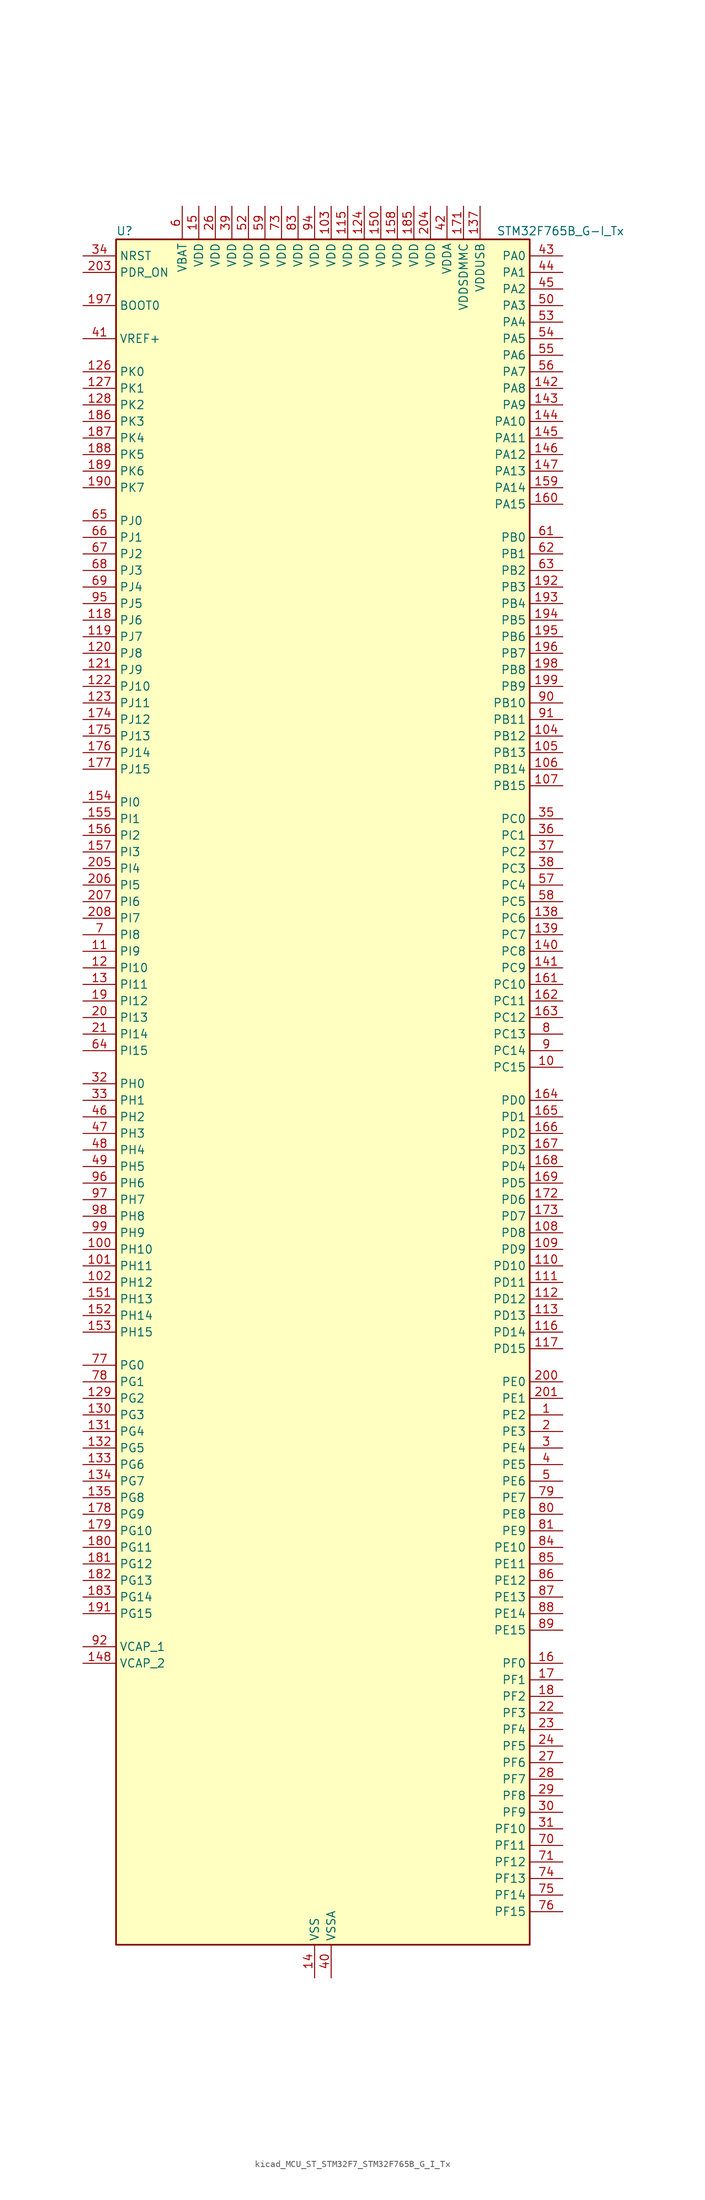
<source format=kicad_sym>
(kicad_symbol_lib
  (version 20220914)
  (generator kicad_symbol_editor)
  (symbol "kicad_MCU_ST_STM32F7_STM32F765B_G_I_Tx"
    (property "Reference" "U"
      (at -30.48 133.35 0)
      (effects (font (size 1.27 1.27)) (justify left)))
    (property "Value" "STM32F765B_G-I_Tx"
      (at 27.94 133.35 0)
      (effects (font (size 1.27 1.27)) (justify left)))
    (property "ki_locked" ""
      (at 0 0 0)
      (effects (font (size 1.27 1.27))))
    (symbol "kicad_MCU_ST_STM32F7_STM32F765B_G_I_Tx_0_1"
      (rectangle (start -30.48 -129.54) (end 33.02 132.08) (stroke (width 0.254) (type default)) (fill (type background))))
    (symbol "kicad_MCU_ST_STM32F7_STM32F765B_G_I_Tx_1_1"
      (pin bidirectional line (at 38.1 -48.26 180) (length 5.08) (name "PE2" (effects (font (size 1.27 1.27)))) (number "1" (effects (font (size 1.27 1.27)))) (alternate "ETH_TXD3" bidirectional line) (alternate "FMC_A23" bidirectional line) (alternate "QUADSPI_BK1_IO2" bidirectional line) (alternate "SAI1_MCLK_A" bidirectional line) (alternate "SPI4_SCK" bidirectional line) (alternate "SYS_TRACECLK" bidirectional line))
      (pin bidirectional line (at 38.1 5.08 180) (length 5.08) (name "PC15" (effects (font (size 1.27 1.27)))) (number "10" (effects (font (size 1.27 1.27)))) (alternate "RCC_OSC32_OUT" bidirectional line))
      (pin bidirectional line (at -35.56 -22.86 0) (length 5.08) (name "PH10" (effects (font (size 1.27 1.27)))) (number "100" (effects (font (size 1.27 1.27)))) (alternate "DCMI_D1" bidirectional line) (alternate "FMC_D18" bidirectional line) (alternate "I2C4_SMBA" bidirectional line) (alternate "TIM5_CH1" bidirectional line))
      (pin bidirectional line (at -35.56 -25.4 0) (length 5.08) (name "PH11" (effects (font (size 1.27 1.27)))) (number "101" (effects (font (size 1.27 1.27)))) (alternate "ADC1_EXTI11" bidirectional line) (alternate "ADC2_EXTI11" bidirectional line) (alternate "ADC3_EXTI11" bidirectional line) (alternate "DCMI_D2" bidirectional line) (alternate "FMC_D19" bidirectional line) (alternate "I2C4_SCL" bidirectional line) (alternate "TIM5_CH2" bidirectional line))
      (pin bidirectional line (at -35.56 -27.94 0) (length 5.08) (name "PH12" (effects (font (size 1.27 1.27)))) (number "102" (effects (font (size 1.27 1.27)))) (alternate "DCMI_D3" bidirectional line) (alternate "FMC_D20" bidirectional line) (alternate "I2C4_SDA" bidirectional line) (alternate "TIM5_CH3" bidirectional line))
      (pin power_in line (at 2.54 137.16 270) (length 5.08) (name "VDD" (effects (font (size 1.27 1.27)))) (number "103" (effects (font (size 1.27 1.27)))))
      (pin bidirectional line (at 38.1 55.88 180) (length 5.08) (name "PB12" (effects (font (size 1.27 1.27)))) (number "104" (effects (font (size 1.27 1.27)))) (alternate "CAN2_RX" bidirectional line) (alternate "DFSDM1_DATIN1" bidirectional line) (alternate "ETH_TXD0" bidirectional line) (alternate "I2C2_SMBA" bidirectional line) (alternate "I2S2_WS" bidirectional line) (alternate "SPI2_NSS" bidirectional line) (alternate "TIM1_BKIN" bidirectional line) (alternate "UART5_RX" bidirectional line) (alternate "USART3_CK" bidirectional line) (alternate "USB_OTG_HS_ID" bidirectional line) (alternate "USB_OTG_HS_ULPI_D5" bidirectional line))
      (pin bidirectional line (at 38.1 53.34 180) (length 5.08) (name "PB13" (effects (font (size 1.27 1.27)))) (number "105" (effects (font (size 1.27 1.27)))) (alternate "CAN2_TX" bidirectional line) (alternate "DFSDM1_CKIN1" bidirectional line) (alternate "ETH_TXD1" bidirectional line) (alternate "I2S2_CK" bidirectional line) (alternate "SPI2_SCK" bidirectional line) (alternate "TIM1_CH1N" bidirectional line) (alternate "UART5_TX" bidirectional line) (alternate "USART3_CTS" bidirectional line) (alternate "USB_OTG_HS_ULPI_D6" bidirectional line) (alternate "USB_OTG_HS_VBUS" bidirectional line))
      (pin bidirectional line (at 38.1 50.8 180) (length 5.08) (name "PB14" (effects (font (size 1.27 1.27)))) (number "106" (effects (font (size 1.27 1.27)))) (alternate "DFSDM1_DATIN2" bidirectional line) (alternate "SDMMC2_D0" bidirectional line) (alternate "SPI2_MISO" bidirectional line) (alternate "TIM12_CH1" bidirectional line) (alternate "TIM1_CH2N" bidirectional line) (alternate "TIM8_CH2N" bidirectional line) (alternate "UART4_DE" bidirectional line) (alternate "UART4_RTS" bidirectional line) (alternate "USART1_TX" bidirectional line) (alternate "USART3_DE" bidirectional line) (alternate "USART3_RTS" bidirectional line) (alternate "USB_OTG_HS_DM" bidirectional line))
      (pin bidirectional line (at 38.1 48.26 180) (length 5.08) (name "PB15" (effects (font (size 1.27 1.27)))) (number "107" (effects (font (size 1.27 1.27)))) (alternate "DFSDM1_CKIN2" bidirectional line) (alternate "I2S2_SD" bidirectional line) (alternate "RTC_REFIN" bidirectional line) (alternate "SDMMC2_D1" bidirectional line) (alternate "SPI2_MOSI" bidirectional line) (alternate "TIM12_CH2" bidirectional line) (alternate "TIM1_CH3N" bidirectional line) (alternate "TIM8_CH3N" bidirectional line) (alternate "UART4_CTS" bidirectional line) (alternate "USART1_RX" bidirectional line) (alternate "USB_OTG_HS_DP" bidirectional line))
      (pin bidirectional line (at 38.1 -20.32 180) (length 5.08) (name "PD8" (effects (font (size 1.27 1.27)))) (number "108" (effects (font (size 1.27 1.27)))) (alternate "DFSDM1_CKIN3" bidirectional line) (alternate "FMC_D13" bidirectional line) (alternate "FMC_DA13" bidirectional line) (alternate "SPDIFRX_IN1" bidirectional line) (alternate "USART3_TX" bidirectional line))
      (pin bidirectional line (at 38.1 -22.86 180) (length 5.08) (name "PD9" (effects (font (size 1.27 1.27)))) (number "109" (effects (font (size 1.27 1.27)))) (alternate "DAC_EXTI9" bidirectional line) (alternate "DFSDM1_DATIN3" bidirectional line) (alternate "FMC_D14" bidirectional line) (alternate "FMC_DA14" bidirectional line) (alternate "USART3_RX" bidirectional line))
      (pin bidirectional line (at -35.56 22.86 0) (length 5.08) (name "PI9" (effects (font (size 1.27 1.27)))) (number "11" (effects (font (size 1.27 1.27)))) (alternate "CAN1_RX" bidirectional line) (alternate "DAC_EXTI9" bidirectional line) (alternate "FMC_D30" bidirectional line) (alternate "UART4_RX" bidirectional line))
      (pin bidirectional line (at 38.1 -25.4 180) (length 5.08) (name "PD10" (effects (font (size 1.27 1.27)))) (number "110" (effects (font (size 1.27 1.27)))) (alternate "DFSDM1_CKOUT" bidirectional line) (alternate "FMC_D15" bidirectional line) (alternate "FMC_DA15" bidirectional line) (alternate "USART3_CK" bidirectional line))
      (pin bidirectional line (at 38.1 -27.94 180) (length 5.08) (name "PD11" (effects (font (size 1.27 1.27)))) (number "111" (effects (font (size 1.27 1.27)))) (alternate "ADC1_EXTI11" bidirectional line) (alternate "ADC2_EXTI11" bidirectional line) (alternate "ADC3_EXTI11" bidirectional line) (alternate "FMC_A16" bidirectional line) (alternate "FMC_CLE" bidirectional line) (alternate "I2C4_SMBA" bidirectional line) (alternate "QUADSPI_BK1_IO0" bidirectional line) (alternate "SAI2_SD_A" bidirectional line) (alternate "USART3_CTS" bidirectional line))
      (pin bidirectional line (at 38.1 -30.48 180) (length 5.08) (name "PD12" (effects (font (size 1.27 1.27)))) (number "112" (effects (font (size 1.27 1.27)))) (alternate "FMC_A17" bidirectional line) (alternate "FMC_ALE" bidirectional line) (alternate "I2C4_SCL" bidirectional line) (alternate "LPTIM1_IN1" bidirectional line) (alternate "QUADSPI_BK1_IO1" bidirectional line) (alternate "SAI2_FS_A" bidirectional line) (alternate "TIM4_CH1" bidirectional line) (alternate "USART3_DE" bidirectional line) (alternate "USART3_RTS" bidirectional line))
      (pin bidirectional line (at 38.1 -33.02 180) (length 5.08) (name "PD13" (effects (font (size 1.27 1.27)))) (number "113" (effects (font (size 1.27 1.27)))) (alternate "FMC_A18" bidirectional line) (alternate "I2C4_SDA" bidirectional line) (alternate "LPTIM1_OUT" bidirectional line) (alternate "QUADSPI_BK1_IO3" bidirectional line) (alternate "SAI2_SCK_A" bidirectional line) (alternate "TIM4_CH2" bidirectional line))
      (pin passive line (at 0 -134.62 90) (length 5.08) hide (name "VSS" (effects (font (size 1.27 1.27)))) (number "114" (effects (font (size 1.27 1.27)))))
      (pin power_in line (at 5.08 137.16 270) (length 5.08) (name "VDD" (effects (font (size 1.27 1.27)))) (number "115" (effects (font (size 1.27 1.27)))))
      (pin bidirectional line (at 38.1 -35.56 180) (length 5.08) (name "PD14" (effects (font (size 1.27 1.27)))) (number "116" (effects (font (size 1.27 1.27)))) (alternate "FMC_D0" bidirectional line) (alternate "FMC_DA0" bidirectional line) (alternate "TIM4_CH3" bidirectional line) (alternate "UART8_CTS" bidirectional line))
      (pin bidirectional line (at 38.1 -38.1 180) (length 5.08) (name "PD15" (effects (font (size 1.27 1.27)))) (number "117" (effects (font (size 1.27 1.27)))) (alternate "FMC_D1" bidirectional line) (alternate "FMC_DA1" bidirectional line) (alternate "TIM4_CH4" bidirectional line) (alternate "UART8_DE" bidirectional line) (alternate "UART8_RTS" bidirectional line))
      (pin bidirectional line (at -35.56 73.66 0) (length 5.08) (name "PJ6" (effects (font (size 1.27 1.27)))) (number "118" (effects (font (size 1.27 1.27)))))
      (pin bidirectional line (at -35.56 71.12 0) (length 5.08) (name "PJ7" (effects (font (size 1.27 1.27)))) (number "119" (effects (font (size 1.27 1.27)))))
      (pin bidirectional line (at -35.56 20.32 0) (length 5.08) (name "PI10" (effects (font (size 1.27 1.27)))) (number "12" (effects (font (size 1.27 1.27)))) (alternate "ETH_RX_ER" bidirectional line) (alternate "FMC_D31" bidirectional line))
      (pin bidirectional line (at -35.56 68.58 0) (length 5.08) (name "PJ8" (effects (font (size 1.27 1.27)))) (number "120" (effects (font (size 1.27 1.27)))))
      (pin bidirectional line (at -35.56 66.04 0) (length 5.08) (name "PJ9" (effects (font (size 1.27 1.27)))) (number "121" (effects (font (size 1.27 1.27)))) (alternate "DAC_EXTI9" bidirectional line))
      (pin bidirectional line (at -35.56 63.5 0) (length 5.08) (name "PJ10" (effects (font (size 1.27 1.27)))) (number "122" (effects (font (size 1.27 1.27)))))
      (pin bidirectional line (at -35.56 60.96 0) (length 5.08) (name "PJ11" (effects (font (size 1.27 1.27)))) (number "123" (effects (font (size 1.27 1.27)))) (alternate "ADC1_EXTI11" bidirectional line) (alternate "ADC2_EXTI11" bidirectional line) (alternate "ADC3_EXTI11" bidirectional line))
      (pin power_in line (at 7.62 137.16 270) (length 5.08) (name "VDD" (effects (font (size 1.27 1.27)))) (number "124" (effects (font (size 1.27 1.27)))))
      (pin passive line (at 0 -134.62 90) (length 5.08) hide (name "VSS" (effects (font (size 1.27 1.27)))) (number "125" (effects (font (size 1.27 1.27)))))
      (pin bidirectional line (at -35.56 111.76 0) (length 5.08) (name "PK0" (effects (font (size 1.27 1.27)))) (number "126" (effects (font (size 1.27 1.27)))))
      (pin bidirectional line (at -35.56 109.22 0) (length 5.08) (name "PK1" (effects (font (size 1.27 1.27)))) (number "127" (effects (font (size 1.27 1.27)))))
      (pin bidirectional line (at -35.56 106.68 0) (length 5.08) (name "PK2" (effects (font (size 1.27 1.27)))) (number "128" (effects (font (size 1.27 1.27)))))
      (pin bidirectional line (at -35.56 -45.72 0) (length 5.08) (name "PG2" (effects (font (size 1.27 1.27)))) (number "129" (effects (font (size 1.27 1.27)))) (alternate "FMC_A12" bidirectional line))
      (pin bidirectional line (at -35.56 17.78 0) (length 5.08) (name "PI11" (effects (font (size 1.27 1.27)))) (number "13" (effects (font (size 1.27 1.27)))) (alternate "ADC1_EXTI11" bidirectional line) (alternate "ADC2_EXTI11" bidirectional line) (alternate "ADC3_EXTI11" bidirectional line) (alternate "SYS_WKUP6" bidirectional line) (alternate "USB_OTG_HS_ULPI_DIR" bidirectional line))
      (pin bidirectional line (at -35.56 -48.26 0) (length 5.08) (name "PG3" (effects (font (size 1.27 1.27)))) (number "130" (effects (font (size 1.27 1.27)))) (alternate "FMC_A13" bidirectional line))
      (pin bidirectional line (at -35.56 -50.8 0) (length 5.08) (name "PG4" (effects (font (size 1.27 1.27)))) (number "131" (effects (font (size 1.27 1.27)))) (alternate "FMC_A14" bidirectional line) (alternate "FMC_BA0" bidirectional line))
      (pin bidirectional line (at -35.56 -53.34 0) (length 5.08) (name "PG5" (effects (font (size 1.27 1.27)))) (number "132" (effects (font (size 1.27 1.27)))) (alternate "FMC_A15" bidirectional line) (alternate "FMC_BA1" bidirectional line))
      (pin bidirectional line (at -35.56 -55.88 0) (length 5.08) (name "PG6" (effects (font (size 1.27 1.27)))) (number "133" (effects (font (size 1.27 1.27)))) (alternate "DCMI_D12" bidirectional line) (alternate "FMC_NE3" bidirectional line))
      (pin bidirectional line (at -35.56 -58.42 0) (length 5.08) (name "PG7" (effects (font (size 1.27 1.27)))) (number "134" (effects (font (size 1.27 1.27)))) (alternate "DCMI_D13" bidirectional line) (alternate "FMC_INT" bidirectional line) (alternate "SAI1_MCLK_A" bidirectional line) (alternate "USART6_CK" bidirectional line))
      (pin bidirectional line (at -35.56 -60.96 0) (length 5.08) (name "PG8" (effects (font (size 1.27 1.27)))) (number "135" (effects (font (size 1.27 1.27)))) (alternate "ETH_PPS_OUT" bidirectional line) (alternate "FMC_SDCLK" bidirectional line) (alternate "SPDIFRX_IN2" bidirectional line) (alternate "SPI6_NSS" bidirectional line) (alternate "USART6_DE" bidirectional line) (alternate "USART6_RTS" bidirectional line))
      (pin passive line (at 0 -134.62 90) (length 5.08) hide (name "VSS" (effects (font (size 1.27 1.27)))) (number "136" (effects (font (size 1.27 1.27)))))
      (pin power_in line (at 25.4 137.16 270) (length 5.08) (name "VDDUSB" (effects (font (size 1.27 1.27)))) (number "137" (effects (font (size 1.27 1.27)))))
      (pin bidirectional line (at 38.1 27.94 180) (length 5.08) (name "PC6" (effects (font (size 1.27 1.27)))) (number "138" (effects (font (size 1.27 1.27)))) (alternate "DCMI_D0" bidirectional line) (alternate "DFSDM1_CKIN3" bidirectional line) (alternate "FMC_NWAIT" bidirectional line) (alternate "I2S2_MCK" bidirectional line) (alternate "SDMMC1_D6" bidirectional line) (alternate "SDMMC2_D6" bidirectional line) (alternate "TIM3_CH1" bidirectional line) (alternate "TIM8_CH1" bidirectional line) (alternate "USART6_TX" bidirectional line))
      (pin bidirectional line (at 38.1 25.4 180) (length 5.08) (name "PC7" (effects (font (size 1.27 1.27)))) (number "139" (effects (font (size 1.27 1.27)))) (alternate "DCMI_D1" bidirectional line) (alternate "DFSDM1_DATIN3" bidirectional line) (alternate "FMC_NE1" bidirectional line) (alternate "I2S3_MCK" bidirectional line) (alternate "SDMMC1_D7" bidirectional line) (alternate "SDMMC2_D7" bidirectional line) (alternate "TIM3_CH2" bidirectional line) (alternate "TIM8_CH2" bidirectional line) (alternate "USART6_RX" bidirectional line))
      (pin power_in line (at 0 -134.62 90) (length 5.08) (name "VSS" (effects (font (size 1.27 1.27)))) (number "14" (effects (font (size 1.27 1.27)))))
      (pin bidirectional line (at 38.1 22.86 180) (length 5.08) (name "PC8" (effects (font (size 1.27 1.27)))) (number "140" (effects (font (size 1.27 1.27)))) (alternate "DCMI_D2" bidirectional line) (alternate "FMC_NCE" bidirectional line) (alternate "FMC_NE2" bidirectional line) (alternate "SDMMC1_D0" bidirectional line) (alternate "SYS_TRACED1" bidirectional line) (alternate "TIM3_CH3" bidirectional line) (alternate "TIM8_CH3" bidirectional line) (alternate "UART5_DE" bidirectional line) (alternate "UART5_RTS" bidirectional line) (alternate "USART6_CK" bidirectional line))
      (pin bidirectional line (at 38.1 20.32 180) (length 5.08) (name "PC9" (effects (font (size 1.27 1.27)))) (number "141" (effects (font (size 1.27 1.27)))) (alternate "DAC_EXTI9" bidirectional line) (alternate "DCMI_D3" bidirectional line) (alternate "I2C3_SDA" bidirectional line) (alternate "I2S_CKIN" bidirectional line) (alternate "QUADSPI_BK1_IO0" bidirectional line) (alternate "RCC_MCO_2" bidirectional line) (alternate "SDMMC1_D1" bidirectional line) (alternate "TIM3_CH4" bidirectional line) (alternate "TIM8_CH4" bidirectional line) (alternate "UART5_CTS" bidirectional line))
      (pin bidirectional line (at 38.1 109.22 180) (length 5.08) (name "PA8" (effects (font (size 1.27 1.27)))) (number "142" (effects (font (size 1.27 1.27)))) (alternate "CAN3_RX" bidirectional line) (alternate "I2C3_SCL" bidirectional line) (alternate "RCC_MCO_1" bidirectional line) (alternate "TIM1_CH1" bidirectional line) (alternate "TIM8_BKIN2" bidirectional line) (alternate "UART7_RX" bidirectional line) (alternate "USART1_CK" bidirectional line) (alternate "USB_OTG_FS_SOF" bidirectional line))
      (pin bidirectional line (at 38.1 106.68 180) (length 5.08) (name "PA9" (effects (font (size 1.27 1.27)))) (number "143" (effects (font (size 1.27 1.27)))) (alternate "DAC_EXTI9" bidirectional line) (alternate "DCMI_D0" bidirectional line) (alternate "I2C3_SMBA" bidirectional line) (alternate "I2S2_CK" bidirectional line) (alternate "SPI2_SCK" bidirectional line) (alternate "TIM1_CH2" bidirectional line) (alternate "USART1_TX" bidirectional line) (alternate "USB_OTG_FS_VBUS" bidirectional line))
      (pin bidirectional line (at 38.1 104.14 180) (length 5.08) (name "PA10" (effects (font (size 1.27 1.27)))) (number "144" (effects (font (size 1.27 1.27)))) (alternate "DCMI_D1" bidirectional line) (alternate "MDIOS_MDIO" bidirectional line) (alternate "TIM1_CH3" bidirectional line) (alternate "USART1_RX" bidirectional line) (alternate "USB_OTG_FS_ID" bidirectional line))
      (pin bidirectional line (at 38.1 101.6 180) (length 5.08) (name "PA11" (effects (font (size 1.27 1.27)))) (number "145" (effects (font (size 1.27 1.27)))) (alternate "ADC1_EXTI11" bidirectional line) (alternate "ADC2_EXTI11" bidirectional line) (alternate "ADC3_EXTI11" bidirectional line) (alternate "CAN1_RX" bidirectional line) (alternate "I2S2_WS" bidirectional line) (alternate "SPI2_NSS" bidirectional line) (alternate "TIM1_CH4" bidirectional line) (alternate "UART4_RX" bidirectional line) (alternate "USART1_CTS" bidirectional line) (alternate "USB_OTG_FS_DM" bidirectional line))
      (pin bidirectional line (at 38.1 99.06 180) (length 5.08) (name "PA12" (effects (font (size 1.27 1.27)))) (number "146" (effects (font (size 1.27 1.27)))) (alternate "CAN1_TX" bidirectional line) (alternate "I2S2_CK" bidirectional line) (alternate "SAI2_FS_B" bidirectional line) (alternate "SPI2_SCK" bidirectional line) (alternate "TIM1_ETR" bidirectional line) (alternate "UART4_TX" bidirectional line) (alternate "USART1_DE" bidirectional line) (alternate "USART1_RTS" bidirectional line) (alternate "USB_OTG_FS_DP" bidirectional line))
      (pin bidirectional line (at 38.1 96.52 180) (length 5.08) (name "PA13" (effects (font (size 1.27 1.27)))) (number "147" (effects (font (size 1.27 1.27)))) (alternate "SYS_JTMS-SWDIO" bidirectional line))
      (pin power_out line (at -35.56 -86.36 0) (length 5.08) (name "VCAP_2" (effects (font (size 1.27 1.27)))) (number "148" (effects (font (size 1.27 1.27)))))
      (pin passive line (at 0 -134.62 90) (length 5.08) hide (name "VSS" (effects (font (size 1.27 1.27)))) (number "149" (effects (font (size 1.27 1.27)))))
      (pin power_in line (at -17.78 137.16 270) (length 5.08) (name "VDD" (effects (font (size 1.27 1.27)))) (number "15" (effects (font (size 1.27 1.27)))))
      (pin power_in line (at 10.16 137.16 270) (length 5.08) (name "VDD" (effects (font (size 1.27 1.27)))) (number "150" (effects (font (size 1.27 1.27)))))
      (pin bidirectional line (at -35.56 -30.48 0) (length 5.08) (name "PH13" (effects (font (size 1.27 1.27)))) (number "151" (effects (font (size 1.27 1.27)))) (alternate "CAN1_TX" bidirectional line) (alternate "FMC_D21" bidirectional line) (alternate "TIM8_CH1N" bidirectional line) (alternate "UART4_TX" bidirectional line))
      (pin bidirectional line (at -35.56 -33.02 0) (length 5.08) (name "PH14" (effects (font (size 1.27 1.27)))) (number "152" (effects (font (size 1.27 1.27)))) (alternate "CAN1_RX" bidirectional line) (alternate "DCMI_D4" bidirectional line) (alternate "FMC_D22" bidirectional line) (alternate "TIM8_CH2N" bidirectional line) (alternate "UART4_RX" bidirectional line))
      (pin bidirectional line (at -35.56 -35.56 0) (length 5.08) (name "PH15" (effects (font (size 1.27 1.27)))) (number "153" (effects (font (size 1.27 1.27)))) (alternate "DCMI_D11" bidirectional line) (alternate "FMC_D23" bidirectional line) (alternate "TIM8_CH3N" bidirectional line))
      (pin bidirectional line (at -35.56 45.72 0) (length 5.08) (name "PI0" (effects (font (size 1.27 1.27)))) (number "154" (effects (font (size 1.27 1.27)))) (alternate "DCMI_D13" bidirectional line) (alternate "FMC_D24" bidirectional line) (alternate "I2S2_WS" bidirectional line) (alternate "SPI2_NSS" bidirectional line) (alternate "TIM5_CH4" bidirectional line))
      (pin bidirectional line (at -35.56 43.18 0) (length 5.08) (name "PI1" (effects (font (size 1.27 1.27)))) (number "155" (effects (font (size 1.27 1.27)))) (alternate "DCMI_D8" bidirectional line) (alternate "FMC_D25" bidirectional line) (alternate "I2S2_CK" bidirectional line) (alternate "SPI2_SCK" bidirectional line) (alternate "TIM8_BKIN2" bidirectional line))
      (pin bidirectional line (at -35.56 40.64 0) (length 5.08) (name "PI2" (effects (font (size 1.27 1.27)))) (number "156" (effects (font (size 1.27 1.27)))) (alternate "DCMI_D9" bidirectional line) (alternate "FMC_D26" bidirectional line) (alternate "SPI2_MISO" bidirectional line) (alternate "TIM8_CH4" bidirectional line))
      (pin bidirectional line (at -35.56 38.1 0) (length 5.08) (name "PI3" (effects (font (size 1.27 1.27)))) (number "157" (effects (font (size 1.27 1.27)))) (alternate "DCMI_D10" bidirectional line) (alternate "FMC_D27" bidirectional line) (alternate "I2S2_SD" bidirectional line) (alternate "SPI2_MOSI" bidirectional line) (alternate "TIM8_ETR" bidirectional line))
      (pin power_in line (at 12.7 137.16 270) (length 5.08) (name "VDD" (effects (font (size 1.27 1.27)))) (number "158" (effects (font (size 1.27 1.27)))))
      (pin bidirectional line (at 38.1 93.98 180) (length 5.08) (name "PA14" (effects (font (size 1.27 1.27)))) (number "159" (effects (font (size 1.27 1.27)))) (alternate "SYS_JTCK-SWCLK" bidirectional line))
      (pin bidirectional line (at 38.1 -86.36 180) (length 5.08) (name "PF0" (effects (font (size 1.27 1.27)))) (number "16" (effects (font (size 1.27 1.27)))) (alternate "FMC_A0" bidirectional line) (alternate "I2C2_SDA" bidirectional line))
      (pin bidirectional line (at 38.1 91.44 180) (length 5.08) (name "PA15" (effects (font (size 1.27 1.27)))) (number "160" (effects (font (size 1.27 1.27)))) (alternate "CAN3_TX" bidirectional line) (alternate "CEC" bidirectional line) (alternate "I2S1_WS" bidirectional line) (alternate "I2S3_WS" bidirectional line) (alternate "SPI1_NSS" bidirectional line) (alternate "SPI3_NSS" bidirectional line) (alternate "SPI6_NSS" bidirectional line) (alternate "SYS_JTDI" bidirectional line) (alternate "TIM2_CH1" bidirectional line) (alternate "TIM2_ETR" bidirectional line) (alternate "UART4_DE" bidirectional line) (alternate "UART4_RTS" bidirectional line) (alternate "UART7_TX" bidirectional line))
      (pin bidirectional line (at 38.1 17.78 180) (length 5.08) (name "PC10" (effects (font (size 1.27 1.27)))) (number "161" (effects (font (size 1.27 1.27)))) (alternate "DCMI_D8" bidirectional line) (alternate "DFSDM1_CKIN5" bidirectional line) (alternate "I2S3_CK" bidirectional line) (alternate "QUADSPI_BK1_IO1" bidirectional line) (alternate "SDMMC1_D2" bidirectional line) (alternate "SPI3_SCK" bidirectional line) (alternate "UART4_TX" bidirectional line) (alternate "USART3_TX" bidirectional line))
      (pin bidirectional line (at 38.1 15.24 180) (length 5.08) (name "PC11" (effects (font (size 1.27 1.27)))) (number "162" (effects (font (size 1.27 1.27)))) (alternate "ADC1_EXTI11" bidirectional line) (alternate "ADC2_EXTI11" bidirectional line) (alternate "ADC3_EXTI11" bidirectional line) (alternate "DCMI_D4" bidirectional line) (alternate "DFSDM1_DATIN5" bidirectional line) (alternate "QUADSPI_BK2_NCS" bidirectional line) (alternate "SDMMC1_D3" bidirectional line) (alternate "SPI3_MISO" bidirectional line) (alternate "UART4_RX" bidirectional line) (alternate "USART3_RX" bidirectional line))
      (pin bidirectional line (at 38.1 12.7 180) (length 5.08) (name "PC12" (effects (font (size 1.27 1.27)))) (number "163" (effects (font (size 1.27 1.27)))) (alternate "DCMI_D9" bidirectional line) (alternate "I2S3_SD" bidirectional line) (alternate "SDMMC1_CK" bidirectional line) (alternate "SPI3_MOSI" bidirectional line) (alternate "SYS_TRACED3" bidirectional line) (alternate "UART5_TX" bidirectional line) (alternate "USART3_CK" bidirectional line))
      (pin bidirectional line (at 38.1 0 180) (length 5.08) (name "PD0" (effects (font (size 1.27 1.27)))) (number "164" (effects (font (size 1.27 1.27)))) (alternate "CAN1_RX" bidirectional line) (alternate "DFSDM1_CKIN6" bidirectional line) (alternate "DFSDM1_DATIN7" bidirectional line) (alternate "FMC_D2" bidirectional line) (alternate "FMC_DA2" bidirectional line) (alternate "UART4_RX" bidirectional line))
      (pin bidirectional line (at 38.1 -2.54 180) (length 5.08) (name "PD1" (effects (font (size 1.27 1.27)))) (number "165" (effects (font (size 1.27 1.27)))) (alternate "CAN1_TX" bidirectional line) (alternate "DFSDM1_CKIN7" bidirectional line) (alternate "DFSDM1_DATIN6" bidirectional line) (alternate "FMC_D3" bidirectional line) (alternate "FMC_DA3" bidirectional line) (alternate "UART4_TX" bidirectional line))
      (pin bidirectional line (at 38.1 -5.08 180) (length 5.08) (name "PD2" (effects (font (size 1.27 1.27)))) (number "166" (effects (font (size 1.27 1.27)))) (alternate "DCMI_D11" bidirectional line) (alternate "SDMMC1_CMD" bidirectional line) (alternate "SYS_TRACED2" bidirectional line) (alternate "TIM3_ETR" bidirectional line) (alternate "UART5_RX" bidirectional line))
      (pin bidirectional line (at 38.1 -7.62 180) (length 5.08) (name "PD3" (effects (font (size 1.27 1.27)))) (number "167" (effects (font (size 1.27 1.27)))) (alternate "DCMI_D5" bidirectional line) (alternate "DFSDM1_CKOUT" bidirectional line) (alternate "DFSDM1_DATIN0" bidirectional line) (alternate "FMC_CLK" bidirectional line) (alternate "I2S2_CK" bidirectional line) (alternate "SPI2_SCK" bidirectional line) (alternate "USART2_CTS" bidirectional line))
      (pin bidirectional line (at 38.1 -10.16 180) (length 5.08) (name "PD4" (effects (font (size 1.27 1.27)))) (number "168" (effects (font (size 1.27 1.27)))) (alternate "DFSDM1_CKIN0" bidirectional line) (alternate "FMC_NOE" bidirectional line) (alternate "USART2_DE" bidirectional line) (alternate "USART2_RTS" bidirectional line))
      (pin bidirectional line (at 38.1 -12.7 180) (length 5.08) (name "PD5" (effects (font (size 1.27 1.27)))) (number "169" (effects (font (size 1.27 1.27)))) (alternate "FMC_NWE" bidirectional line) (alternate "USART2_TX" bidirectional line))
      (pin bidirectional line (at 38.1 -88.9 180) (length 5.08) (name "PF1" (effects (font (size 1.27 1.27)))) (number "17" (effects (font (size 1.27 1.27)))) (alternate "FMC_A1" bidirectional line) (alternate "I2C2_SCL" bidirectional line))
      (pin passive line (at 0 -134.62 90) (length 5.08) hide (name "VSS" (effects (font (size 1.27 1.27)))) (number "170" (effects (font (size 1.27 1.27)))))
      (pin power_in line (at 22.86 137.16 270) (length 5.08) (name "VDDSDMMC" (effects (font (size 1.27 1.27)))) (number "171" (effects (font (size 1.27 1.27)))))
      (pin bidirectional line (at 38.1 -15.24 180) (length 5.08) (name "PD6" (effects (font (size 1.27 1.27)))) (number "172" (effects (font (size 1.27 1.27)))) (alternate "DCMI_D10" bidirectional line) (alternate "DFSDM1_CKIN4" bidirectional line) (alternate "DFSDM1_DATIN1" bidirectional line) (alternate "FMC_NWAIT" bidirectional line) (alternate "I2S3_SD" bidirectional line) (alternate "SAI1_SD_A" bidirectional line) (alternate "SDMMC2_CK" bidirectional line) (alternate "SPI3_MOSI" bidirectional line) (alternate "USART2_RX" bidirectional line))
      (pin bidirectional line (at 38.1 -17.78 180) (length 5.08) (name "PD7" (effects (font (size 1.27 1.27)))) (number "173" (effects (font (size 1.27 1.27)))) (alternate "DFSDM1_CKIN1" bidirectional line) (alternate "DFSDM1_DATIN4" bidirectional line) (alternate "FMC_NE1" bidirectional line) (alternate "I2S1_SD" bidirectional line) (alternate "SDMMC2_CMD" bidirectional line) (alternate "SPDIFRX_IN0" bidirectional line) (alternate "SPI1_MOSI" bidirectional line) (alternate "USART2_CK" bidirectional line))
      (pin bidirectional line (at -35.56 58.42 0) (length 5.08) (name "PJ12" (effects (font (size 1.27 1.27)))) (number "174" (effects (font (size 1.27 1.27)))))
      (pin bidirectional line (at -35.56 55.88 0) (length 5.08) (name "PJ13" (effects (font (size 1.27 1.27)))) (number "175" (effects (font (size 1.27 1.27)))))
      (pin bidirectional line (at -35.56 53.34 0) (length 5.08) (name "PJ14" (effects (font (size 1.27 1.27)))) (number "176" (effects (font (size 1.27 1.27)))))
      (pin bidirectional line (at -35.56 50.8 0) (length 5.08) (name "PJ15" (effects (font (size 1.27 1.27)))) (number "177" (effects (font (size 1.27 1.27)))))
      (pin bidirectional line (at -35.56 -63.5 0) (length 5.08) (name "PG9" (effects (font (size 1.27 1.27)))) (number "178" (effects (font (size 1.27 1.27)))) (alternate "DAC_EXTI9" bidirectional line) (alternate "DCMI_VSYNC" bidirectional line) (alternate "FMC_NCE" bidirectional line) (alternate "FMC_NE2" bidirectional line) (alternate "QUADSPI_BK2_IO2" bidirectional line) (alternate "SAI2_FS_B" bidirectional line) (alternate "SDMMC2_D0" bidirectional line) (alternate "SPDIFRX_IN3" bidirectional line) (alternate "SPI1_MISO" bidirectional line) (alternate "USART6_RX" bidirectional line))
      (pin bidirectional line (at -35.56 -66.04 0) (length 5.08) (name "PG10" (effects (font (size 1.27 1.27)))) (number "179" (effects (font (size 1.27 1.27)))) (alternate "DCMI_D2" bidirectional line) (alternate "FMC_NE3" bidirectional line) (alternate "I2S1_WS" bidirectional line) (alternate "SAI2_SD_B" bidirectional line) (alternate "SDMMC2_D1" bidirectional line) (alternate "SPI1_NSS" bidirectional line))
      (pin bidirectional line (at 38.1 -91.44 180) (length 5.08) (name "PF2" (effects (font (size 1.27 1.27)))) (number "18" (effects (font (size 1.27 1.27)))) (alternate "FMC_A2" bidirectional line) (alternate "I2C2_SMBA" bidirectional line))
      (pin bidirectional line (at -35.56 -68.58 0) (length 5.08) (name "PG11" (effects (font (size 1.27 1.27)))) (number "180" (effects (font (size 1.27 1.27)))) (alternate "ADC1_EXTI11" bidirectional line) (alternate "ADC2_EXTI11" bidirectional line) (alternate "ADC3_EXTI11" bidirectional line) (alternate "DCMI_D3" bidirectional line) (alternate "ETH_TX_EN" bidirectional line) (alternate "I2S1_CK" bidirectional line) (alternate "SDMMC2_D2" bidirectional line) (alternate "SPDIFRX_IN0" bidirectional line) (alternate "SPI1_SCK" bidirectional line))
      (pin bidirectional line (at -35.56 -71.12 0) (length 5.08) (name "PG12" (effects (font (size 1.27 1.27)))) (number "181" (effects (font (size 1.27 1.27)))) (alternate "FMC_NE4" bidirectional line) (alternate "LPTIM1_IN1" bidirectional line) (alternate "SDMMC2_D3" bidirectional line) (alternate "SPDIFRX_IN1" bidirectional line) (alternate "SPI6_MISO" bidirectional line) (alternate "USART6_DE" bidirectional line) (alternate "USART6_RTS" bidirectional line))
      (pin bidirectional line (at -35.56 -73.66 0) (length 5.08) (name "PG13" (effects (font (size 1.27 1.27)))) (number "182" (effects (font (size 1.27 1.27)))) (alternate "ETH_TXD0" bidirectional line) (alternate "FMC_A24" bidirectional line) (alternate "LPTIM1_OUT" bidirectional line) (alternate "SPI6_SCK" bidirectional line) (alternate "SYS_TRACED0" bidirectional line) (alternate "USART6_CTS" bidirectional line))
      (pin bidirectional line (at -35.56 -76.2 0) (length 5.08) (name "PG14" (effects (font (size 1.27 1.27)))) (number "183" (effects (font (size 1.27 1.27)))) (alternate "ETH_TXD1" bidirectional line) (alternate "FMC_A25" bidirectional line) (alternate "LPTIM1_ETR" bidirectional line) (alternate "QUADSPI_BK2_IO3" bidirectional line) (alternate "SPI6_MOSI" bidirectional line) (alternate "SYS_TRACED1" bidirectional line) (alternate "USART6_TX" bidirectional line))
      (pin passive line (at 0 -134.62 90) (length 5.08) hide (name "VSS" (effects (font (size 1.27 1.27)))) (number "184" (effects (font (size 1.27 1.27)))))
      (pin power_in line (at 15.24 137.16 270) (length 5.08) (name "VDD" (effects (font (size 1.27 1.27)))) (number "185" (effects (font (size 1.27 1.27)))))
      (pin bidirectional line (at -35.56 104.14 0) (length 5.08) (name "PK3" (effects (font (size 1.27 1.27)))) (number "186" (effects (font (size 1.27 1.27)))))
      (pin bidirectional line (at -35.56 101.6 0) (length 5.08) (name "PK4" (effects (font (size 1.27 1.27)))) (number "187" (effects (font (size 1.27 1.27)))))
      (pin bidirectional line (at -35.56 99.06 0) (length 5.08) (name "PK5" (effects (font (size 1.27 1.27)))) (number "188" (effects (font (size 1.27 1.27)))))
      (pin bidirectional line (at -35.56 96.52 0) (length 5.08) (name "PK6" (effects (font (size 1.27 1.27)))) (number "189" (effects (font (size 1.27 1.27)))))
      (pin bidirectional line (at -35.56 15.24 0) (length 5.08) (name "PI12" (effects (font (size 1.27 1.27)))) (number "19" (effects (font (size 1.27 1.27)))))
      (pin bidirectional line (at -35.56 93.98 0) (length 5.08) (name "PK7" (effects (font (size 1.27 1.27)))) (number "190" (effects (font (size 1.27 1.27)))))
      (pin bidirectional line (at -35.56 -78.74 0) (length 5.08) (name "PG15" (effects (font (size 1.27 1.27)))) (number "191" (effects (font (size 1.27 1.27)))) (alternate "DCMI_D13" bidirectional line) (alternate "FMC_SDNCAS" bidirectional line) (alternate "USART6_CTS" bidirectional line))
      (pin bidirectional line (at 38.1 78.74 180) (length 5.08) (name "PB3" (effects (font (size 1.27 1.27)))) (number "192" (effects (font (size 1.27 1.27)))) (alternate "CAN3_RX" bidirectional line) (alternate "I2S1_CK" bidirectional line) (alternate "I2S3_CK" bidirectional line) (alternate "SDMMC2_D2" bidirectional line) (alternate "SPI1_SCK" bidirectional line) (alternate "SPI3_SCK" bidirectional line) (alternate "SPI6_SCK" bidirectional line) (alternate "SYS_JTDO-SWO" bidirectional line) (alternate "TIM2_CH2" bidirectional line) (alternate "UART7_RX" bidirectional line))
      (pin bidirectional line (at 38.1 76.2 180) (length 5.08) (name "PB4" (effects (font (size 1.27 1.27)))) (number "193" (effects (font (size 1.27 1.27)))) (alternate "CAN3_TX" bidirectional line) (alternate "I2S2_WS" bidirectional line) (alternate "SDMMC2_D3" bidirectional line) (alternate "SPI1_MISO" bidirectional line) (alternate "SPI2_NSS" bidirectional line) (alternate "SPI3_MISO" bidirectional line) (alternate "SPI6_MISO" bidirectional line) (alternate "SYS_JTRST" bidirectional line) (alternate "TIM3_CH1" bidirectional line) (alternate "UART7_TX" bidirectional line))
      (pin bidirectional line (at 38.1 73.66 180) (length 5.08) (name "PB5" (effects (font (size 1.27 1.27)))) (number "194" (effects (font (size 1.27 1.27)))) (alternate "CAN2_RX" bidirectional line) (alternate "DCMI_D10" bidirectional line) (alternate "ETH_PPS_OUT" bidirectional line) (alternate "FMC_SDCKE1" bidirectional line) (alternate "I2C1_SMBA" bidirectional line) (alternate "I2S1_SD" bidirectional line) (alternate "I2S3_SD" bidirectional line) (alternate "SPI1_MOSI" bidirectional line) (alternate "SPI3_MOSI" bidirectional line) (alternate "SPI6_MOSI" bidirectional line) (alternate "TIM3_CH2" bidirectional line) (alternate "UART5_RX" bidirectional line) (alternate "USB_OTG_HS_ULPI_D7" bidirectional line))
      (pin bidirectional line (at 38.1 71.12 180) (length 5.08) (name "PB6" (effects (font (size 1.27 1.27)))) (number "195" (effects (font (size 1.27 1.27)))) (alternate "CAN2_TX" bidirectional line) (alternate "CEC" bidirectional line) (alternate "DCMI_D5" bidirectional line) (alternate "DFSDM1_DATIN5" bidirectional line) (alternate "FMC_SDNE1" bidirectional line) (alternate "I2C1_SCL" bidirectional line) (alternate "I2C4_SCL" bidirectional line) (alternate "QUADSPI_BK1_NCS" bidirectional line) (alternate "TIM4_CH1" bidirectional line) (alternate "UART5_TX" bidirectional line) (alternate "USART1_TX" bidirectional line))
      (pin bidirectional line (at 38.1 68.58 180) (length 5.08) (name "PB7" (effects (font (size 1.27 1.27)))) (number "196" (effects (font (size 1.27 1.27)))) (alternate "DCMI_VSYNC" bidirectional line) (alternate "DFSDM1_CKIN5" bidirectional line) (alternate "FMC_NL" bidirectional line) (alternate "I2C1_SDA" bidirectional line) (alternate "I2C4_SDA" bidirectional line) (alternate "TIM4_CH2" bidirectional line) (alternate "USART1_RX" bidirectional line))
      (pin input line (at -35.56 121.92 0) (length 5.08) (name "BOOT0" (effects (font (size 1.27 1.27)))) (number "197" (effects (font (size 1.27 1.27)))))
      (pin bidirectional line (at 38.1 66.04 180) (length 5.08) (name "PB8" (effects (font (size 1.27 1.27)))) (number "198" (effects (font (size 1.27 1.27)))) (alternate "CAN1_RX" bidirectional line) (alternate "DCMI_D6" bidirectional line) (alternate "DFSDM1_CKIN7" bidirectional line) (alternate "ETH_TXD3" bidirectional line) (alternate "I2C1_SCL" bidirectional line) (alternate "I2C4_SCL" bidirectional line) (alternate "SDMMC1_D4" bidirectional line) (alternate "SDMMC2_D4" bidirectional line) (alternate "TIM10_CH1" bidirectional line) (alternate "TIM4_CH3" bidirectional line) (alternate "UART5_RX" bidirectional line))
      (pin bidirectional line (at 38.1 63.5 180) (length 5.08) (name "PB9" (effects (font (size 1.27 1.27)))) (number "199" (effects (font (size 1.27 1.27)))) (alternate "CAN1_TX" bidirectional line) (alternate "DAC_EXTI9" bidirectional line) (alternate "DCMI_D7" bidirectional line) (alternate "DFSDM1_DATIN7" bidirectional line) (alternate "I2C1_SDA" bidirectional line) (alternate "I2C4_SDA" bidirectional line) (alternate "I2C4_SMBA" bidirectional line) (alternate "I2S2_WS" bidirectional line) (alternate "SDMMC1_D5" bidirectional line) (alternate "SDMMC2_D5" bidirectional line) (alternate "SPI2_NSS" bidirectional line) (alternate "TIM11_CH1" bidirectional line) (alternate "TIM4_CH4" bidirectional line) (alternate "UART5_TX" bidirectional line))
      (pin bidirectional line (at 38.1 -50.8 180) (length 5.08) (name "PE3" (effects (font (size 1.27 1.27)))) (number "2" (effects (font (size 1.27 1.27)))) (alternate "FMC_A19" bidirectional line) (alternate "SAI1_SD_B" bidirectional line) (alternate "SYS_TRACED0" bidirectional line))
      (pin bidirectional line (at -35.56 12.7 0) (length 5.08) (name "PI13" (effects (font (size 1.27 1.27)))) (number "20" (effects (font (size 1.27 1.27)))))
      (pin bidirectional line (at 38.1 -43.18 180) (length 5.08) (name "PE0" (effects (font (size 1.27 1.27)))) (number "200" (effects (font (size 1.27 1.27)))) (alternate "DCMI_D2" bidirectional line) (alternate "FMC_NBL0" bidirectional line) (alternate "LPTIM1_ETR" bidirectional line) (alternate "SAI2_MCLK_A" bidirectional line) (alternate "TIM4_ETR" bidirectional line) (alternate "UART8_RX" bidirectional line))
      (pin bidirectional line (at 38.1 -45.72 180) (length 5.08) (name "PE1" (effects (font (size 1.27 1.27)))) (number "201" (effects (font (size 1.27 1.27)))) (alternate "DCMI_D3" bidirectional line) (alternate "FMC_NBL1" bidirectional line) (alternate "LPTIM1_IN2" bidirectional line) (alternate "UART8_TX" bidirectional line))
      (pin passive line (at 0 -134.62 90) (length 5.08) hide (name "VSS" (effects (font (size 1.27 1.27)))) (number "202" (effects (font (size 1.27 1.27)))))
      (pin input line (at -35.56 127 0) (length 5.08) (name "PDR_ON" (effects (font (size 1.27 1.27)))) (number "203" (effects (font (size 1.27 1.27)))))
      (pin power_in line (at 17.78 137.16 270) (length 5.08) (name "VDD" (effects (font (size 1.27 1.27)))) (number "204" (effects (font (size 1.27 1.27)))))
      (pin bidirectional line (at -35.56 35.56 0) (length 5.08) (name "PI4" (effects (font (size 1.27 1.27)))) (number "205" (effects (font (size 1.27 1.27)))) (alternate "DCMI_D5" bidirectional line) (alternate "FMC_NBL2" bidirectional line) (alternate "SAI2_MCLK_A" bidirectional line) (alternate "TIM8_BKIN" bidirectional line))
      (pin bidirectional line (at -35.56 33.02 0) (length 5.08) (name "PI5" (effects (font (size 1.27 1.27)))) (number "206" (effects (font (size 1.27 1.27)))) (alternate "DCMI_VSYNC" bidirectional line) (alternate "FMC_NBL3" bidirectional line) (alternate "SAI2_SCK_A" bidirectional line) (alternate "TIM8_CH1" bidirectional line))
      (pin bidirectional line (at -35.56 30.48 0) (length 5.08) (name "PI6" (effects (font (size 1.27 1.27)))) (number "207" (effects (font (size 1.27 1.27)))) (alternate "DCMI_D6" bidirectional line) (alternate "FMC_D28" bidirectional line) (alternate "SAI2_SD_A" bidirectional line) (alternate "TIM8_CH2" bidirectional line))
      (pin bidirectional line (at -35.56 27.94 0) (length 5.08) (name "PI7" (effects (font (size 1.27 1.27)))) (number "208" (effects (font (size 1.27 1.27)))) (alternate "DCMI_D7" bidirectional line) (alternate "FMC_D29" bidirectional line) (alternate "SAI2_FS_A" bidirectional line) (alternate "TIM8_CH3" bidirectional line))
      (pin bidirectional line (at -35.56 10.16 0) (length 5.08) (name "PI14" (effects (font (size 1.27 1.27)))) (number "21" (effects (font (size 1.27 1.27)))))
      (pin bidirectional line (at 38.1 -93.98 180) (length 5.08) (name "PF3" (effects (font (size 1.27 1.27)))) (number "22" (effects (font (size 1.27 1.27)))) (alternate "ADC3_IN9" bidirectional line) (alternate "FMC_A3" bidirectional line))
      (pin bidirectional line (at 38.1 -96.52 180) (length 5.08) (name "PF4" (effects (font (size 1.27 1.27)))) (number "23" (effects (font (size 1.27 1.27)))) (alternate "ADC3_IN14" bidirectional line) (alternate "FMC_A4" bidirectional line))
      (pin bidirectional line (at 38.1 -99.06 180) (length 5.08) (name "PF5" (effects (font (size 1.27 1.27)))) (number "24" (effects (font (size 1.27 1.27)))) (alternate "ADC3_IN15" bidirectional line) (alternate "FMC_A5" bidirectional line))
      (pin passive line (at 0 -134.62 90) (length 5.08) hide (name "VSS" (effects (font (size 1.27 1.27)))) (number "25" (effects (font (size 1.27 1.27)))))
      (pin power_in line (at -15.24 137.16 270) (length 5.08) (name "VDD" (effects (font (size 1.27 1.27)))) (number "26" (effects (font (size 1.27 1.27)))))
      (pin bidirectional line (at 38.1 -101.6 180) (length 5.08) (name "PF6" (effects (font (size 1.27 1.27)))) (number "27" (effects (font (size 1.27 1.27)))) (alternate "ADC3_IN4" bidirectional line) (alternate "QUADSPI_BK1_IO3" bidirectional line) (alternate "SAI1_SD_B" bidirectional line) (alternate "SPI5_NSS" bidirectional line) (alternate "TIM10_CH1" bidirectional line) (alternate "UART7_RX" bidirectional line))
      (pin bidirectional line (at 38.1 -104.14 180) (length 5.08) (name "PF7" (effects (font (size 1.27 1.27)))) (number "28" (effects (font (size 1.27 1.27)))) (alternate "ADC3_IN5" bidirectional line) (alternate "QUADSPI_BK1_IO2" bidirectional line) (alternate "SAI1_MCLK_B" bidirectional line) (alternate "SPI5_SCK" bidirectional line) (alternate "TIM11_CH1" bidirectional line) (alternate "UART7_TX" bidirectional line))
      (pin bidirectional line (at 38.1 -106.68 180) (length 5.08) (name "PF8" (effects (font (size 1.27 1.27)))) (number "29" (effects (font (size 1.27 1.27)))) (alternate "ADC3_IN6" bidirectional line) (alternate "QUADSPI_BK1_IO0" bidirectional line) (alternate "SAI1_SCK_B" bidirectional line) (alternate "SPI5_MISO" bidirectional line) (alternate "TIM13_CH1" bidirectional line) (alternate "UART7_DE" bidirectional line) (alternate "UART7_RTS" bidirectional line))
      (pin bidirectional line (at 38.1 -53.34 180) (length 5.08) (name "PE4" (effects (font (size 1.27 1.27)))) (number "3" (effects (font (size 1.27 1.27)))) (alternate "DCMI_D4" bidirectional line) (alternate "DFSDM1_DATIN3" bidirectional line) (alternate "FMC_A20" bidirectional line) (alternate "SAI1_FS_A" bidirectional line) (alternate "SPI4_NSS" bidirectional line) (alternate "SYS_TRACED1" bidirectional line))
      (pin bidirectional line (at 38.1 -109.22 180) (length 5.08) (name "PF9" (effects (font (size 1.27 1.27)))) (number "30" (effects (font (size 1.27 1.27)))) (alternate "ADC3_IN7" bidirectional line) (alternate "DAC_EXTI9" bidirectional line) (alternate "QUADSPI_BK1_IO1" bidirectional line) (alternate "SAI1_FS_B" bidirectional line) (alternate "SPI5_MOSI" bidirectional line) (alternate "TIM14_CH1" bidirectional line) (alternate "UART7_CTS" bidirectional line))
      (pin bidirectional line (at 38.1 -111.76 180) (length 5.08) (name "PF10" (effects (font (size 1.27 1.27)))) (number "31" (effects (font (size 1.27 1.27)))) (alternate "ADC3_IN8" bidirectional line) (alternate "DCMI_D11" bidirectional line) (alternate "QUADSPI_CLK" bidirectional line))
      (pin bidirectional line (at -35.56 2.54 0) (length 5.08) (name "PH0" (effects (font (size 1.27 1.27)))) (number "32" (effects (font (size 1.27 1.27)))) (alternate "RCC_OSC_IN" bidirectional line))
      (pin bidirectional line (at -35.56 0 0) (length 5.08) (name "PH1" (effects (font (size 1.27 1.27)))) (number "33" (effects (font (size 1.27 1.27)))) (alternate "RCC_OSC_OUT" bidirectional line))
      (pin input line (at -35.56 129.54 0) (length 5.08) (name "NRST" (effects (font (size 1.27 1.27)))) (number "34" (effects (font (size 1.27 1.27)))))
      (pin bidirectional line (at 38.1 43.18 180) (length 5.08) (name "PC0" (effects (font (size 1.27 1.27)))) (number "35" (effects (font (size 1.27 1.27)))) (alternate "ADC1_IN10" bidirectional line) (alternate "ADC2_IN10" bidirectional line) (alternate "ADC3_IN10" bidirectional line) (alternate "DFSDM1_CKIN0" bidirectional line) (alternate "DFSDM1_DATIN4" bidirectional line) (alternate "FMC_SDNWE" bidirectional line) (alternate "SAI2_FS_B" bidirectional line) (alternate "USB_OTG_HS_ULPI_STP" bidirectional line))
      (pin bidirectional line (at 38.1 40.64 180) (length 5.08) (name "PC1" (effects (font (size 1.27 1.27)))) (number "36" (effects (font (size 1.27 1.27)))) (alternate "ADC1_IN11" bidirectional line) (alternate "ADC2_IN11" bidirectional line) (alternate "ADC3_IN11" bidirectional line) (alternate "DFSDM1_CKIN4" bidirectional line) (alternate "DFSDM1_DATIN0" bidirectional line) (alternate "ETH_MDC" bidirectional line) (alternate "I2S2_SD" bidirectional line) (alternate "MDIOS_MDC" bidirectional line) (alternate "RTC_TAMP3" bidirectional line) (alternate "RTC_TS" bidirectional line) (alternate "SAI1_SD_A" bidirectional line) (alternate "SPI2_MOSI" bidirectional line) (alternate "SYS_TRACED0" bidirectional line) (alternate "SYS_WKUP3" bidirectional line))
      (pin bidirectional line (at 38.1 38.1 180) (length 5.08) (name "PC2" (effects (font (size 1.27 1.27)))) (number "37" (effects (font (size 1.27 1.27)))) (alternate "ADC1_IN12" bidirectional line) (alternate "ADC2_IN12" bidirectional line) (alternate "ADC3_IN12" bidirectional line) (alternate "DFSDM1_CKIN1" bidirectional line) (alternate "DFSDM1_CKOUT" bidirectional line) (alternate "ETH_TXD2" bidirectional line) (alternate "FMC_SDNE0" bidirectional line) (alternate "SPI2_MISO" bidirectional line) (alternate "USB_OTG_HS_ULPI_DIR" bidirectional line))
      (pin bidirectional line (at 38.1 35.56 180) (length 5.08) (name "PC3" (effects (font (size 1.27 1.27)))) (number "38" (effects (font (size 1.27 1.27)))) (alternate "ADC1_IN13" bidirectional line) (alternate "ADC2_IN13" bidirectional line) (alternate "ADC3_IN13" bidirectional line) (alternate "DFSDM1_DATIN1" bidirectional line) (alternate "ETH_TX_CLK" bidirectional line) (alternate "FMC_SDCKE0" bidirectional line) (alternate "I2S2_SD" bidirectional line) (alternate "SPI2_MOSI" bidirectional line) (alternate "USB_OTG_HS_ULPI_NXT" bidirectional line))
      (pin power_in line (at -12.7 137.16 270) (length 5.08) (name "VDD" (effects (font (size 1.27 1.27)))) (number "39" (effects (font (size 1.27 1.27)))))
      (pin bidirectional line (at 38.1 -55.88 180) (length 5.08) (name "PE5" (effects (font (size 1.27 1.27)))) (number "4" (effects (font (size 1.27 1.27)))) (alternate "DCMI_D6" bidirectional line) (alternate "DFSDM1_CKIN3" bidirectional line) (alternate "FMC_A21" bidirectional line) (alternate "SAI1_SCK_A" bidirectional line) (alternate "SPI4_MISO" bidirectional line) (alternate "SYS_TRACED2" bidirectional line) (alternate "TIM9_CH1" bidirectional line))
      (pin power_in line (at 2.54 -134.62 90) (length 5.08) (name "VSSA" (effects (font (size 1.27 1.27)))) (number "40" (effects (font (size 1.27 1.27)))))
      (pin input line (at -35.56 116.84 0) (length 5.08) (name "VREF+" (effects (font (size 1.27 1.27)))) (number "41" (effects (font (size 1.27 1.27)))))
      (pin power_in line (at 20.32 137.16 270) (length 5.08) (name "VDDA" (effects (font (size 1.27 1.27)))) (number "42" (effects (font (size 1.27 1.27)))))
      (pin bidirectional line (at 38.1 129.54 180) (length 5.08) (name "PA0" (effects (font (size 1.27 1.27)))) (number "43" (effects (font (size 1.27 1.27)))) (alternate "ADC1_IN0" bidirectional line) (alternate "ADC2_IN0" bidirectional line) (alternate "ADC3_IN0" bidirectional line) (alternate "ETH_CRS" bidirectional line) (alternate "SAI2_SD_B" bidirectional line) (alternate "SYS_WKUP1" bidirectional line) (alternate "TIM2_CH1" bidirectional line) (alternate "TIM2_ETR" bidirectional line) (alternate "TIM5_CH1" bidirectional line) (alternate "TIM8_ETR" bidirectional line) (alternate "UART4_TX" bidirectional line) (alternate "USART2_CTS" bidirectional line))
      (pin bidirectional line (at 38.1 127 180) (length 5.08) (name "PA1" (effects (font (size 1.27 1.27)))) (number "44" (effects (font (size 1.27 1.27)))) (alternate "ADC1_IN1" bidirectional line) (alternate "ADC2_IN1" bidirectional line) (alternate "ADC3_IN1" bidirectional line) (alternate "ETH_REF_CLK" bidirectional line) (alternate "ETH_RX_CLK" bidirectional line) (alternate "QUADSPI_BK1_IO3" bidirectional line) (alternate "SAI2_MCLK_B" bidirectional line) (alternate "TIM2_CH2" bidirectional line) (alternate "TIM5_CH2" bidirectional line) (alternate "UART4_RX" bidirectional line) (alternate "USART2_DE" bidirectional line) (alternate "USART2_RTS" bidirectional line))
      (pin bidirectional line (at 38.1 124.46 180) (length 5.08) (name "PA2" (effects (font (size 1.27 1.27)))) (number "45" (effects (font (size 1.27 1.27)))) (alternate "ADC1_IN2" bidirectional line) (alternate "ADC2_IN2" bidirectional line) (alternate "ADC3_IN2" bidirectional line) (alternate "ETH_MDIO" bidirectional line) (alternate "MDIOS_MDIO" bidirectional line) (alternate "SAI2_SCK_B" bidirectional line) (alternate "SYS_WKUP2" bidirectional line) (alternate "TIM2_CH3" bidirectional line) (alternate "TIM5_CH3" bidirectional line) (alternate "TIM9_CH1" bidirectional line) (alternate "USART2_TX" bidirectional line))
      (pin bidirectional line (at -35.56 -2.54 0) (length 5.08) (name "PH2" (effects (font (size 1.27 1.27)))) (number "46" (effects (font (size 1.27 1.27)))) (alternate "ETH_CRS" bidirectional line) (alternate "FMC_SDCKE0" bidirectional line) (alternate "LPTIM1_IN2" bidirectional line) (alternate "QUADSPI_BK2_IO0" bidirectional line) (alternate "SAI2_SCK_B" bidirectional line))
      (pin bidirectional line (at -35.56 -5.08 0) (length 5.08) (name "PH3" (effects (font (size 1.27 1.27)))) (number "47" (effects (font (size 1.27 1.27)))) (alternate "ETH_COL" bidirectional line) (alternate "FMC_SDNE0" bidirectional line) (alternate "QUADSPI_BK2_IO1" bidirectional line) (alternate "SAI2_MCLK_B" bidirectional line))
      (pin bidirectional line (at -35.56 -7.62 0) (length 5.08) (name "PH4" (effects (font (size 1.27 1.27)))) (number "48" (effects (font (size 1.27 1.27)))) (alternate "I2C2_SCL" bidirectional line) (alternate "USB_OTG_HS_ULPI_NXT" bidirectional line))
      (pin bidirectional line (at -35.56 -10.16 0) (length 5.08) (name "PH5" (effects (font (size 1.27 1.27)))) (number "49" (effects (font (size 1.27 1.27)))) (alternate "FMC_SDNWE" bidirectional line) (alternate "I2C2_SDA" bidirectional line) (alternate "SPI5_NSS" bidirectional line))
      (pin bidirectional line (at 38.1 -58.42 180) (length 5.08) (name "PE6" (effects (font (size 1.27 1.27)))) (number "5" (effects (font (size 1.27 1.27)))) (alternate "DCMI_D7" bidirectional line) (alternate "FMC_A22" bidirectional line) (alternate "SAI1_SD_A" bidirectional line) (alternate "SAI2_MCLK_B" bidirectional line) (alternate "SPI4_MOSI" bidirectional line) (alternate "SYS_TRACED3" bidirectional line) (alternate "TIM1_BKIN2" bidirectional line) (alternate "TIM9_CH2" bidirectional line))
      (pin bidirectional line (at 38.1 121.92 180) (length 5.08) (name "PA3" (effects (font (size 1.27 1.27)))) (number "50" (effects (font (size 1.27 1.27)))) (alternate "ADC1_IN3" bidirectional line) (alternate "ADC2_IN3" bidirectional line) (alternate "ADC3_IN3" bidirectional line) (alternate "ETH_COL" bidirectional line) (alternate "TIM2_CH4" bidirectional line) (alternate "TIM5_CH4" bidirectional line) (alternate "TIM9_CH2" bidirectional line) (alternate "USART2_RX" bidirectional line) (alternate "USB_OTG_HS_ULPI_D0" bidirectional line))
      (pin passive line (at 0 -134.62 90) (length 5.08) hide (name "VSS" (effects (font (size 1.27 1.27)))) (number "51" (effects (font (size 1.27 1.27)))))
      (pin power_in line (at -10.16 137.16 270) (length 5.08) (name "VDD" (effects (font (size 1.27 1.27)))) (number "52" (effects (font (size 1.27 1.27)))))
      (pin bidirectional line (at 38.1 119.38 180) (length 5.08) (name "PA4" (effects (font (size 1.27 1.27)))) (number "53" (effects (font (size 1.27 1.27)))) (alternate "ADC1_IN4" bidirectional line) (alternate "ADC2_IN4" bidirectional line) (alternate "DAC_OUT1" bidirectional line) (alternate "DCMI_HSYNC" bidirectional line) (alternate "I2S1_WS" bidirectional line) (alternate "I2S3_WS" bidirectional line) (alternate "SPI1_NSS" bidirectional line) (alternate "SPI3_NSS" bidirectional line) (alternate "SPI6_NSS" bidirectional line) (alternate "USART2_CK" bidirectional line) (alternate "USB_OTG_HS_SOF" bidirectional line))
      (pin bidirectional line (at 38.1 116.84 180) (length 5.08) (name "PA5" (effects (font (size 1.27 1.27)))) (number "54" (effects (font (size 1.27 1.27)))) (alternate "ADC1_IN5" bidirectional line) (alternate "ADC2_IN5" bidirectional line) (alternate "DAC_OUT2" bidirectional line) (alternate "I2S1_CK" bidirectional line) (alternate "SPI1_SCK" bidirectional line) (alternate "SPI6_SCK" bidirectional line) (alternate "TIM2_CH1" bidirectional line) (alternate "TIM2_ETR" bidirectional line) (alternate "TIM8_CH1N" bidirectional line) (alternate "USB_OTG_HS_ULPI_CK" bidirectional line))
      (pin bidirectional line (at 38.1 114.3 180) (length 5.08) (name "PA6" (effects (font (size 1.27 1.27)))) (number "55" (effects (font (size 1.27 1.27)))) (alternate "ADC1_IN6" bidirectional line) (alternate "ADC2_IN6" bidirectional line) (alternate "DCMI_PIXCLK" bidirectional line) (alternate "MDIOS_MDC" bidirectional line) (alternate "SPI1_MISO" bidirectional line) (alternate "SPI6_MISO" bidirectional line) (alternate "TIM13_CH1" bidirectional line) (alternate "TIM1_BKIN" bidirectional line) (alternate "TIM3_CH1" bidirectional line) (alternate "TIM8_BKIN" bidirectional line))
      (pin bidirectional line (at 38.1 111.76 180) (length 5.08) (name "PA7" (effects (font (size 1.27 1.27)))) (number "56" (effects (font (size 1.27 1.27)))) (alternate "ADC1_IN7" bidirectional line) (alternate "ADC2_IN7" bidirectional line) (alternate "ETH_CRS_DV" bidirectional line) (alternate "ETH_RX_DV" bidirectional line) (alternate "FMC_SDNWE" bidirectional line) (alternate "I2S1_SD" bidirectional line) (alternate "SPI1_MOSI" bidirectional line) (alternate "SPI6_MOSI" bidirectional line) (alternate "TIM14_CH1" bidirectional line) (alternate "TIM1_CH1N" bidirectional line) (alternate "TIM3_CH2" bidirectional line) (alternate "TIM8_CH1N" bidirectional line))
      (pin bidirectional line (at 38.1 33.02 180) (length 5.08) (name "PC4" (effects (font (size 1.27 1.27)))) (number "57" (effects (font (size 1.27 1.27)))) (alternate "ADC1_IN14" bidirectional line) (alternate "ADC2_IN14" bidirectional line) (alternate "DFSDM1_CKIN2" bidirectional line) (alternate "ETH_RXD0" bidirectional line) (alternate "FMC_SDNE0" bidirectional line) (alternate "I2S1_MCK" bidirectional line) (alternate "SPDIFRX_IN2" bidirectional line))
      (pin bidirectional line (at 38.1 30.48 180) (length 5.08) (name "PC5" (effects (font (size 1.27 1.27)))) (number "58" (effects (font (size 1.27 1.27)))) (alternate "ADC1_IN15" bidirectional line) (alternate "ADC2_IN15" bidirectional line) (alternate "DFSDM1_DATIN2" bidirectional line) (alternate "ETH_RXD1" bidirectional line) (alternate "FMC_SDCKE0" bidirectional line) (alternate "SPDIFRX_IN3" bidirectional line))
      (pin power_in line (at -7.62 137.16 270) (length 5.08) (name "VDD" (effects (font (size 1.27 1.27)))) (number "59" (effects (font (size 1.27 1.27)))))
      (pin power_in line (at -20.32 137.16 270) (length 5.08) (name "VBAT" (effects (font (size 1.27 1.27)))) (number "6" (effects (font (size 1.27 1.27)))))
      (pin passive line (at 0 -134.62 90) (length 5.08) hide (name "VSS" (effects (font (size 1.27 1.27)))) (number "60" (effects (font (size 1.27 1.27)))))
      (pin bidirectional line (at 38.1 86.36 180) (length 5.08) (name "PB0" (effects (font (size 1.27 1.27)))) (number "61" (effects (font (size 1.27 1.27)))) (alternate "ADC1_IN8" bidirectional line) (alternate "ADC2_IN8" bidirectional line) (alternate "DFSDM1_CKOUT" bidirectional line) (alternate "ETH_RXD2" bidirectional line) (alternate "TIM1_CH2N" bidirectional line) (alternate "TIM3_CH3" bidirectional line) (alternate "TIM8_CH2N" bidirectional line) (alternate "UART4_CTS" bidirectional line) (alternate "USB_OTG_HS_ULPI_D1" bidirectional line))
      (pin bidirectional line (at 38.1 83.82 180) (length 5.08) (name "PB1" (effects (font (size 1.27 1.27)))) (number "62" (effects (font (size 1.27 1.27)))) (alternate "ADC1_IN9" bidirectional line) (alternate "ADC2_IN9" bidirectional line) (alternate "DFSDM1_DATIN1" bidirectional line) (alternate "ETH_RXD3" bidirectional line) (alternate "TIM1_CH3N" bidirectional line) (alternate "TIM3_CH4" bidirectional line) (alternate "TIM8_CH3N" bidirectional line) (alternate "USB_OTG_HS_ULPI_D2" bidirectional line))
      (pin bidirectional line (at 38.1 81.28 180) (length 5.08) (name "PB2" (effects (font (size 1.27 1.27)))) (number "63" (effects (font (size 1.27 1.27)))) (alternate "DFSDM1_CKIN1" bidirectional line) (alternate "I2S3_SD" bidirectional line) (alternate "QUADSPI_CLK" bidirectional line) (alternate "SAI1_SD_A" bidirectional line) (alternate "SPI3_MOSI" bidirectional line))
      (pin bidirectional line (at -35.56 7.62 0) (length 5.08) (name "PI15" (effects (font (size 1.27 1.27)))) (number "64" (effects (font (size 1.27 1.27)))))
      (pin bidirectional line (at -35.56 88.9 0) (length 5.08) (name "PJ0" (effects (font (size 1.27 1.27)))) (number "65" (effects (font (size 1.27 1.27)))))
      (pin bidirectional line (at -35.56 86.36 0) (length 5.08) (name "PJ1" (effects (font (size 1.27 1.27)))) (number "66" (effects (font (size 1.27 1.27)))))
      (pin bidirectional line (at -35.56 83.82 0) (length 5.08) (name "PJ2" (effects (font (size 1.27 1.27)))) (number "67" (effects (font (size 1.27 1.27)))))
      (pin bidirectional line (at -35.56 81.28 0) (length 5.08) (name "PJ3" (effects (font (size 1.27 1.27)))) (number "68" (effects (font (size 1.27 1.27)))))
      (pin bidirectional line (at -35.56 78.74 0) (length 5.08) (name "PJ4" (effects (font (size 1.27 1.27)))) (number "69" (effects (font (size 1.27 1.27)))))
      (pin bidirectional line (at -35.56 25.4 0) (length 5.08) (name "PI8" (effects (font (size 1.27 1.27)))) (number "7" (effects (font (size 1.27 1.27)))) (alternate "RTC_TAMP2" bidirectional line) (alternate "RTC_TS" bidirectional line) (alternate "SYS_WKUP5" bidirectional line))
      (pin bidirectional line (at 38.1 -114.3 180) (length 5.08) (name "PF11" (effects (font (size 1.27 1.27)))) (number "70" (effects (font (size 1.27 1.27)))) (alternate "ADC1_EXTI11" bidirectional line) (alternate "ADC2_EXTI11" bidirectional line) (alternate "ADC3_EXTI11" bidirectional line) (alternate "DCMI_D12" bidirectional line) (alternate "FMC_SDNRAS" bidirectional line) (alternate "SAI2_SD_B" bidirectional line) (alternate "SPI5_MOSI" bidirectional line))
      (pin bidirectional line (at 38.1 -116.84 180) (length 5.08) (name "PF12" (effects (font (size 1.27 1.27)))) (number "71" (effects (font (size 1.27 1.27)))) (alternate "FMC_A6" bidirectional line))
      (pin passive line (at 0 -134.62 90) (length 5.08) hide (name "VSS" (effects (font (size 1.27 1.27)))) (number "72" (effects (font (size 1.27 1.27)))))
      (pin power_in line (at -5.08 137.16 270) (length 5.08) (name "VDD" (effects (font (size 1.27 1.27)))) (number "73" (effects (font (size 1.27 1.27)))))
      (pin bidirectional line (at 38.1 -119.38 180) (length 5.08) (name "PF13" (effects (font (size 1.27 1.27)))) (number "74" (effects (font (size 1.27 1.27)))) (alternate "DFSDM1_DATIN6" bidirectional line) (alternate "FMC_A7" bidirectional line) (alternate "I2C4_SMBA" bidirectional line))
      (pin bidirectional line (at 38.1 -121.92 180) (length 5.08) (name "PF14" (effects (font (size 1.27 1.27)))) (number "75" (effects (font (size 1.27 1.27)))) (alternate "DFSDM1_CKIN6" bidirectional line) (alternate "FMC_A8" bidirectional line) (alternate "I2C4_SCL" bidirectional line))
      (pin bidirectional line (at 38.1 -124.46 180) (length 5.08) (name "PF15" (effects (font (size 1.27 1.27)))) (number "76" (effects (font (size 1.27 1.27)))) (alternate "FMC_A9" bidirectional line) (alternate "I2C4_SDA" bidirectional line))
      (pin bidirectional line (at -35.56 -40.64 0) (length 5.08) (name "PG0" (effects (font (size 1.27 1.27)))) (number "77" (effects (font (size 1.27 1.27)))) (alternate "FMC_A10" bidirectional line))
      (pin bidirectional line (at -35.56 -43.18 0) (length 5.08) (name "PG1" (effects (font (size 1.27 1.27)))) (number "78" (effects (font (size 1.27 1.27)))) (alternate "FMC_A11" bidirectional line))
      (pin bidirectional line (at 38.1 -60.96 180) (length 5.08) (name "PE7" (effects (font (size 1.27 1.27)))) (number "79" (effects (font (size 1.27 1.27)))) (alternate "DFSDM1_DATIN2" bidirectional line) (alternate "FMC_D4" bidirectional line) (alternate "FMC_DA4" bidirectional line) (alternate "QUADSPI_BK2_IO0" bidirectional line) (alternate "TIM1_ETR" bidirectional line) (alternate "UART7_RX" bidirectional line))
      (pin bidirectional line (at 38.1 10.16 180) (length 5.08) (name "PC13" (effects (font (size 1.27 1.27)))) (number "8" (effects (font (size 1.27 1.27)))) (alternate "RTC_OUT" bidirectional line) (alternate "RTC_TAMP1" bidirectional line) (alternate "RTC_TS" bidirectional line) (alternate "SYS_WKUP4" bidirectional line))
      (pin bidirectional line (at 38.1 -63.5 180) (length 5.08) (name "PE8" (effects (font (size 1.27 1.27)))) (number "80" (effects (font (size 1.27 1.27)))) (alternate "DFSDM1_CKIN2" bidirectional line) (alternate "FMC_D5" bidirectional line) (alternate "FMC_DA5" bidirectional line) (alternate "QUADSPI_BK2_IO1" bidirectional line) (alternate "TIM1_CH1N" bidirectional line) (alternate "UART7_TX" bidirectional line))
      (pin bidirectional line (at 38.1 -66.04 180) (length 5.08) (name "PE9" (effects (font (size 1.27 1.27)))) (number "81" (effects (font (size 1.27 1.27)))) (alternate "DAC_EXTI9" bidirectional line) (alternate "DFSDM1_CKOUT" bidirectional line) (alternate "FMC_D6" bidirectional line) (alternate "FMC_DA6" bidirectional line) (alternate "QUADSPI_BK2_IO2" bidirectional line) (alternate "TIM1_CH1" bidirectional line) (alternate "UART7_DE" bidirectional line) (alternate "UART7_RTS" bidirectional line))
      (pin passive line (at 0 -134.62 90) (length 5.08) hide (name "VSS" (effects (font (size 1.27 1.27)))) (number "82" (effects (font (size 1.27 1.27)))))
      (pin power_in line (at -2.54 137.16 270) (length 5.08) (name "VDD" (effects (font (size 1.27 1.27)))) (number "83" (effects (font (size 1.27 1.27)))))
      (pin bidirectional line (at 38.1 -68.58 180) (length 5.08) (name "PE10" (effects (font (size 1.27 1.27)))) (number "84" (effects (font (size 1.27 1.27)))) (alternate "DFSDM1_DATIN4" bidirectional line) (alternate "FMC_D7" bidirectional line) (alternate "FMC_DA7" bidirectional line) (alternate "QUADSPI_BK2_IO3" bidirectional line) (alternate "TIM1_CH2N" bidirectional line) (alternate "UART7_CTS" bidirectional line))
      (pin bidirectional line (at 38.1 -71.12 180) (length 5.08) (name "PE11" (effects (font (size 1.27 1.27)))) (number "85" (effects (font (size 1.27 1.27)))) (alternate "ADC1_EXTI11" bidirectional line) (alternate "ADC2_EXTI11" bidirectional line) (alternate "ADC3_EXTI11" bidirectional line) (alternate "DFSDM1_CKIN4" bidirectional line) (alternate "FMC_D8" bidirectional line) (alternate "FMC_DA8" bidirectional line) (alternate "SAI2_SD_B" bidirectional line) (alternate "SPI4_NSS" bidirectional line) (alternate "TIM1_CH2" bidirectional line))
      (pin bidirectional line (at 38.1 -73.66 180) (length 5.08) (name "PE12" (effects (font (size 1.27 1.27)))) (number "86" (effects (font (size 1.27 1.27)))) (alternate "DFSDM1_DATIN5" bidirectional line) (alternate "FMC_D9" bidirectional line) (alternate "FMC_DA9" bidirectional line) (alternate "SAI2_SCK_B" bidirectional line) (alternate "SPI4_SCK" bidirectional line) (alternate "TIM1_CH3N" bidirectional line))
      (pin bidirectional line (at 38.1 -76.2 180) (length 5.08) (name "PE13" (effects (font (size 1.27 1.27)))) (number "87" (effects (font (size 1.27 1.27)))) (alternate "DFSDM1_CKIN5" bidirectional line) (alternate "FMC_D10" bidirectional line) (alternate "FMC_DA10" bidirectional line) (alternate "SAI2_FS_B" bidirectional line) (alternate "SPI4_MISO" bidirectional line) (alternate "TIM1_CH3" bidirectional line))
      (pin bidirectional line (at 38.1 -78.74 180) (length 5.08) (name "PE14" (effects (font (size 1.27 1.27)))) (number "88" (effects (font (size 1.27 1.27)))) (alternate "FMC_D11" bidirectional line) (alternate "FMC_DA11" bidirectional line) (alternate "SAI2_MCLK_B" bidirectional line) (alternate "SPI4_MOSI" bidirectional line) (alternate "TIM1_CH4" bidirectional line))
      (pin bidirectional line (at 38.1 -81.28 180) (length 5.08) (name "PE15" (effects (font (size 1.27 1.27)))) (number "89" (effects (font (size 1.27 1.27)))) (alternate "FMC_D12" bidirectional line) (alternate "FMC_DA12" bidirectional line) (alternate "TIM1_BKIN" bidirectional line))
      (pin bidirectional line (at 38.1 7.62 180) (length 5.08) (name "PC14" (effects (font (size 1.27 1.27)))) (number "9" (effects (font (size 1.27 1.27)))) (alternate "RCC_OSC32_IN" bidirectional line))
      (pin bidirectional line (at 38.1 60.96 180) (length 5.08) (name "PB10" (effects (font (size 1.27 1.27)))) (number "90" (effects (font (size 1.27 1.27)))) (alternate "DFSDM1_DATIN7" bidirectional line) (alternate "ETH_RX_ER" bidirectional line) (alternate "I2C2_SCL" bidirectional line) (alternate "I2S2_CK" bidirectional line) (alternate "QUADSPI_BK1_NCS" bidirectional line) (alternate "SPI2_SCK" bidirectional line) (alternate "TIM2_CH3" bidirectional line) (alternate "USART3_TX" bidirectional line) (alternate "USB_OTG_HS_ULPI_D3" bidirectional line))
      (pin bidirectional line (at 38.1 58.42 180) (length 5.08) (name "PB11" (effects (font (size 1.27 1.27)))) (number "91" (effects (font (size 1.27 1.27)))) (alternate "ADC1_EXTI11" bidirectional line) (alternate "ADC2_EXTI11" bidirectional line) (alternate "ADC3_EXTI11" bidirectional line) (alternate "DFSDM1_CKIN7" bidirectional line) (alternate "ETH_TX_EN" bidirectional line) (alternate "I2C2_SDA" bidirectional line) (alternate "TIM2_CH4" bidirectional line) (alternate "USART3_RX" bidirectional line) (alternate "USB_OTG_HS_ULPI_D4" bidirectional line))
      (pin power_out line (at -35.56 -83.82 0) (length 5.08) (name "VCAP_1" (effects (font (size 1.27 1.27)))) (number "92" (effects (font (size 1.27 1.27)))))
      (pin passive line (at 0 -134.62 90) (length 5.08) hide (name "VSS" (effects (font (size 1.27 1.27)))) (number "93" (effects (font (size 1.27 1.27)))))
      (pin power_in line (at 0 137.16 270) (length 5.08) (name "VDD" (effects (font (size 1.27 1.27)))) (number "94" (effects (font (size 1.27 1.27)))))
      (pin bidirectional line (at -35.56 76.2 0) (length 5.08) (name "PJ5" (effects (font (size 1.27 1.27)))) (number "95" (effects (font (size 1.27 1.27)))))
      (pin bidirectional line (at -35.56 -12.7 0) (length 5.08) (name "PH6" (effects (font (size 1.27 1.27)))) (number "96" (effects (font (size 1.27 1.27)))) (alternate "DCMI_D8" bidirectional line) (alternate "ETH_RXD2" bidirectional line) (alternate "FMC_SDNE1" bidirectional line) (alternate "I2C2_SMBA" bidirectional line) (alternate "SPI5_SCK" bidirectional line) (alternate "TIM12_CH1" bidirectional line))
      (pin bidirectional line (at -35.56 -15.24 0) (length 5.08) (name "PH7" (effects (font (size 1.27 1.27)))) (number "97" (effects (font (size 1.27 1.27)))) (alternate "DCMI_D9" bidirectional line) (alternate "ETH_RXD3" bidirectional line) (alternate "FMC_SDCKE1" bidirectional line) (alternate "I2C3_SCL" bidirectional line) (alternate "SPI5_MISO" bidirectional line))
      (pin bidirectional line (at -35.56 -17.78 0) (length 5.08) (name "PH8" (effects (font (size 1.27 1.27)))) (number "98" (effects (font (size 1.27 1.27)))) (alternate "DCMI_HSYNC" bidirectional line) (alternate "FMC_D16" bidirectional line) (alternate "I2C3_SDA" bidirectional line))
      (pin bidirectional line (at -35.56 -20.32 0) (length 5.08) (name "PH9" (effects (font (size 1.27 1.27)))) (number "99" (effects (font (size 1.27 1.27)))) (alternate "DAC_EXTI9" bidirectional line) (alternate "DCMI_D0" bidirectional line) (alternate "FMC_D17" bidirectional line) (alternate "I2C3_SMBA" bidirectional line) (alternate "TIM12_CH2" bidirectional line)))))
</source>
